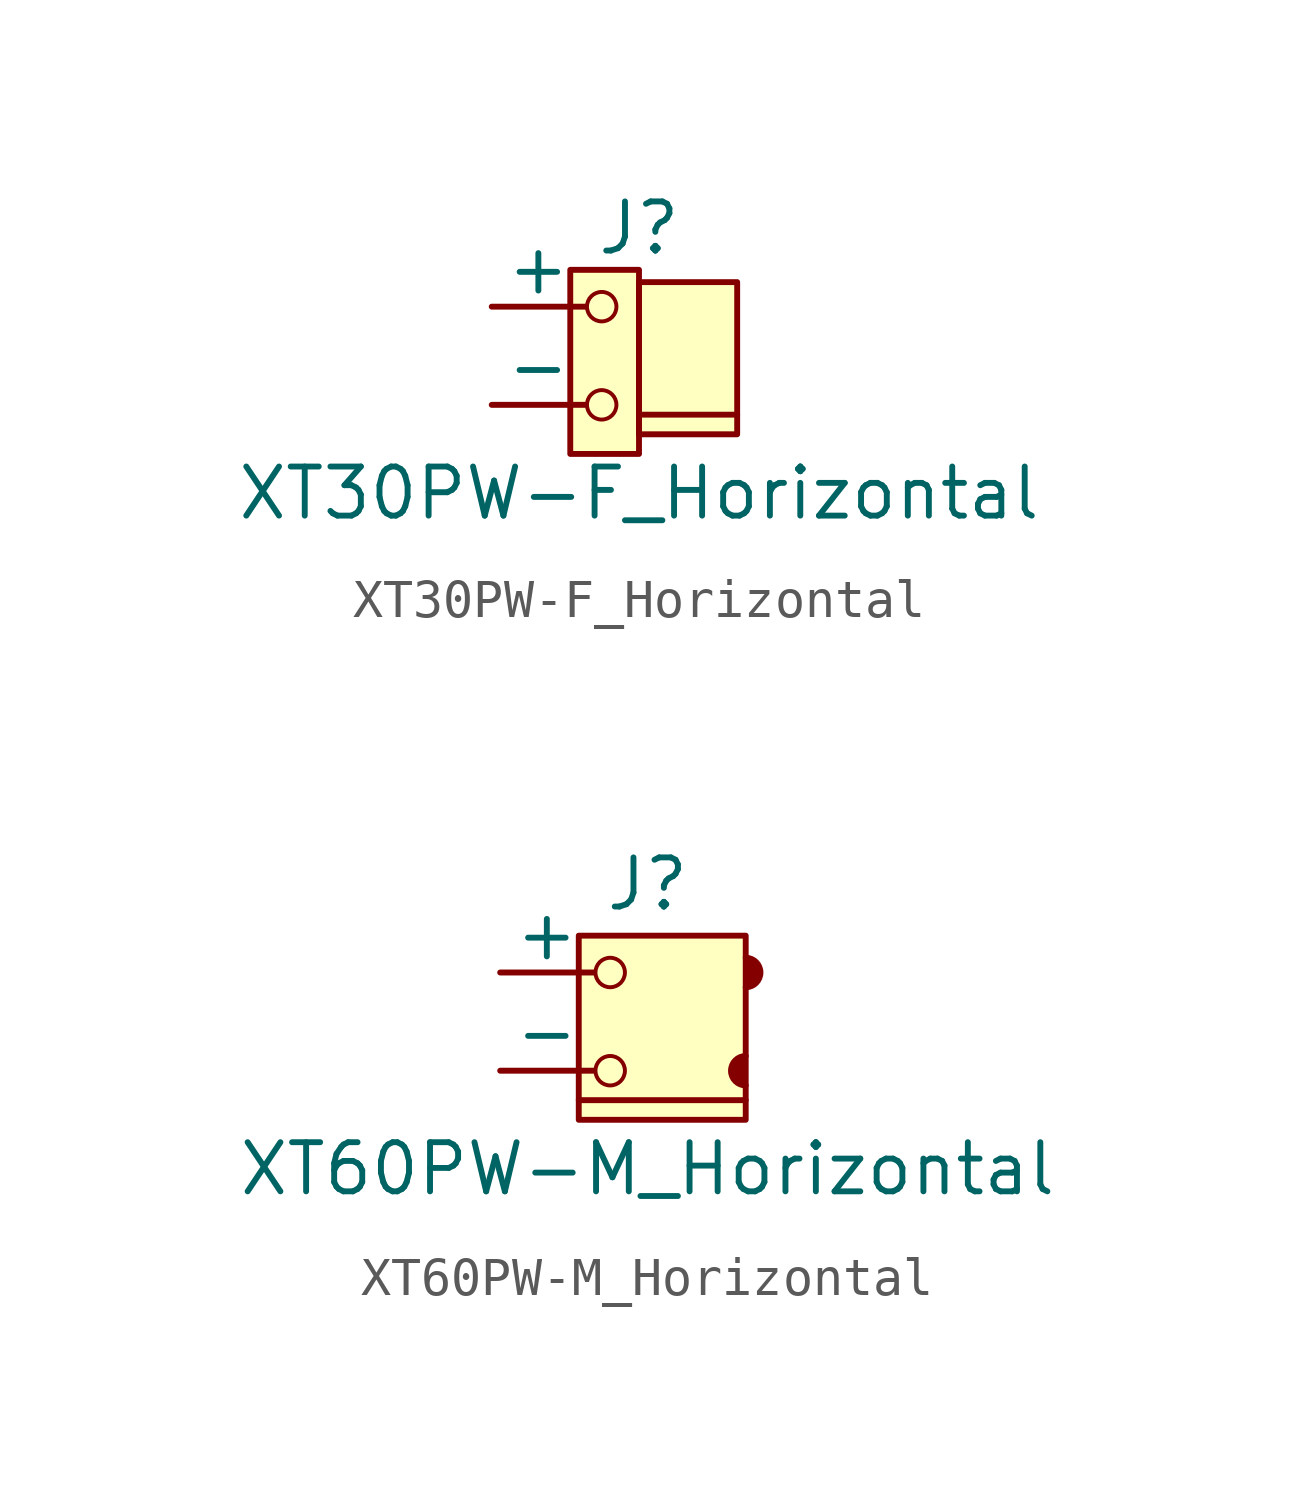
<source format=kicad_sym>
(kicad_symbol_lib
  (version 20241209)
  (generator "kicad_symbol_editor")
  (generator_version "9.0")
  (symbol "XT30PW-F_Horizontal"
    (pin_numbers
      (hide yes))
    (pin_names
      (offset 0))
    (property "Reference" "J"
      (at 0 3.302 0)
      (effects (font (size 1.27 1.27))))
    (property "Value" "XT30PW-F_Horizontal"
      (at 0 -3.556 0)
      (effects (font (size 1.27 1.27))))
    (symbol "XT30PW-F_Horizontal_1_1"
      (rectangle (start -1.778 2.223) (end 0 -2.54) (stroke (width 0.152) (type solid)) (fill (type background)))
      (circle (center -0.965 1.27) (radius 0.381) (stroke (width 0.102) (type default)) (fill (type none)))
      (circle (center -0.965 -1.27) (radius 0.381) (stroke (width 0.102) (type default)) (fill (type none)))
      (rectangle (start 0 1.905) (end 2.54 -2.032) (stroke (width 0) (type solid)) (fill (type background)))
      (polyline (pts (xy 0 -1.524) (xy 2.54 -1.524)) (stroke (width 0) (type default)) (fill (type none)))
      (pin power_out line (at -3.81 1.27 0) (length 2.413) (name "+" (effects (font (size 1.27 1.27)))) (number "2" (effects (font (size 1.27 1.27)))))
      (pin power_out line (at -3.81 -1.27 0) (length 2.413) (name "-" (effects (font (size 1.27 1.27)))) (number "1" (effects (font (size 1.27 1.27)))))))
  (symbol "XT60PW-M_Horizontal"
    (pin_numbers
      (hide yes))
    (pin_names
      (offset 0))
    (property "Reference" "J"
      (at 0 3.556 0)
      (effects (font (size 1.27 1.27))))
    (property "Value" "XT60PW-M_Horizontal"
      (at 0 -3.81 0)
      (effects (font (size 1.27 1.27))))
    (symbol "XT60PW-M_Horizontal_0_1"
      (polyline (pts (xy -1.778 -2.032) (xy 2.54 -2.032)) (stroke (width 0) (type solid)) (fill (type none))))
    (symbol "XT60PW-M_Horizontal_1_1"
      (rectangle (start -1.778 2.223) (end 2.54 -2.54) (stroke (width 0.152) (type solid)) (fill (type background)))
      (circle (center -0.965 1.27) (radius 0.381) (stroke (width 0.102) (type default)) (fill (type none)))
      (circle (center -0.965 -1.27) (radius 0.381) (stroke (width 0.102) (type default)) (fill (type none)))
      (arc (start 2.54 1.651) (mid 2.921 1.27) (end 2.54 0.889) (stroke (width 0) (type solid)) (fill (type outline)))
      (arc (start 2.54 -1.651) (mid 2.159 -1.27) (end 2.54 -0.889) (stroke (width 0) (type solid)) (fill (type outline)))
      (pin power_out line (at -3.81 1.27 0) (length 2.413) (name "+" (effects (font (size 1.27 1.27)))) (number "2" (effects (font (size 1.27 1.27)))))
      (pin power_out line (at -3.81 -1.27 0) (length 2.413) (name "-" (effects (font (size 1.27 1.27)))) (number "1" (effects (font (size 1.27 1.27))))))))
</source>
